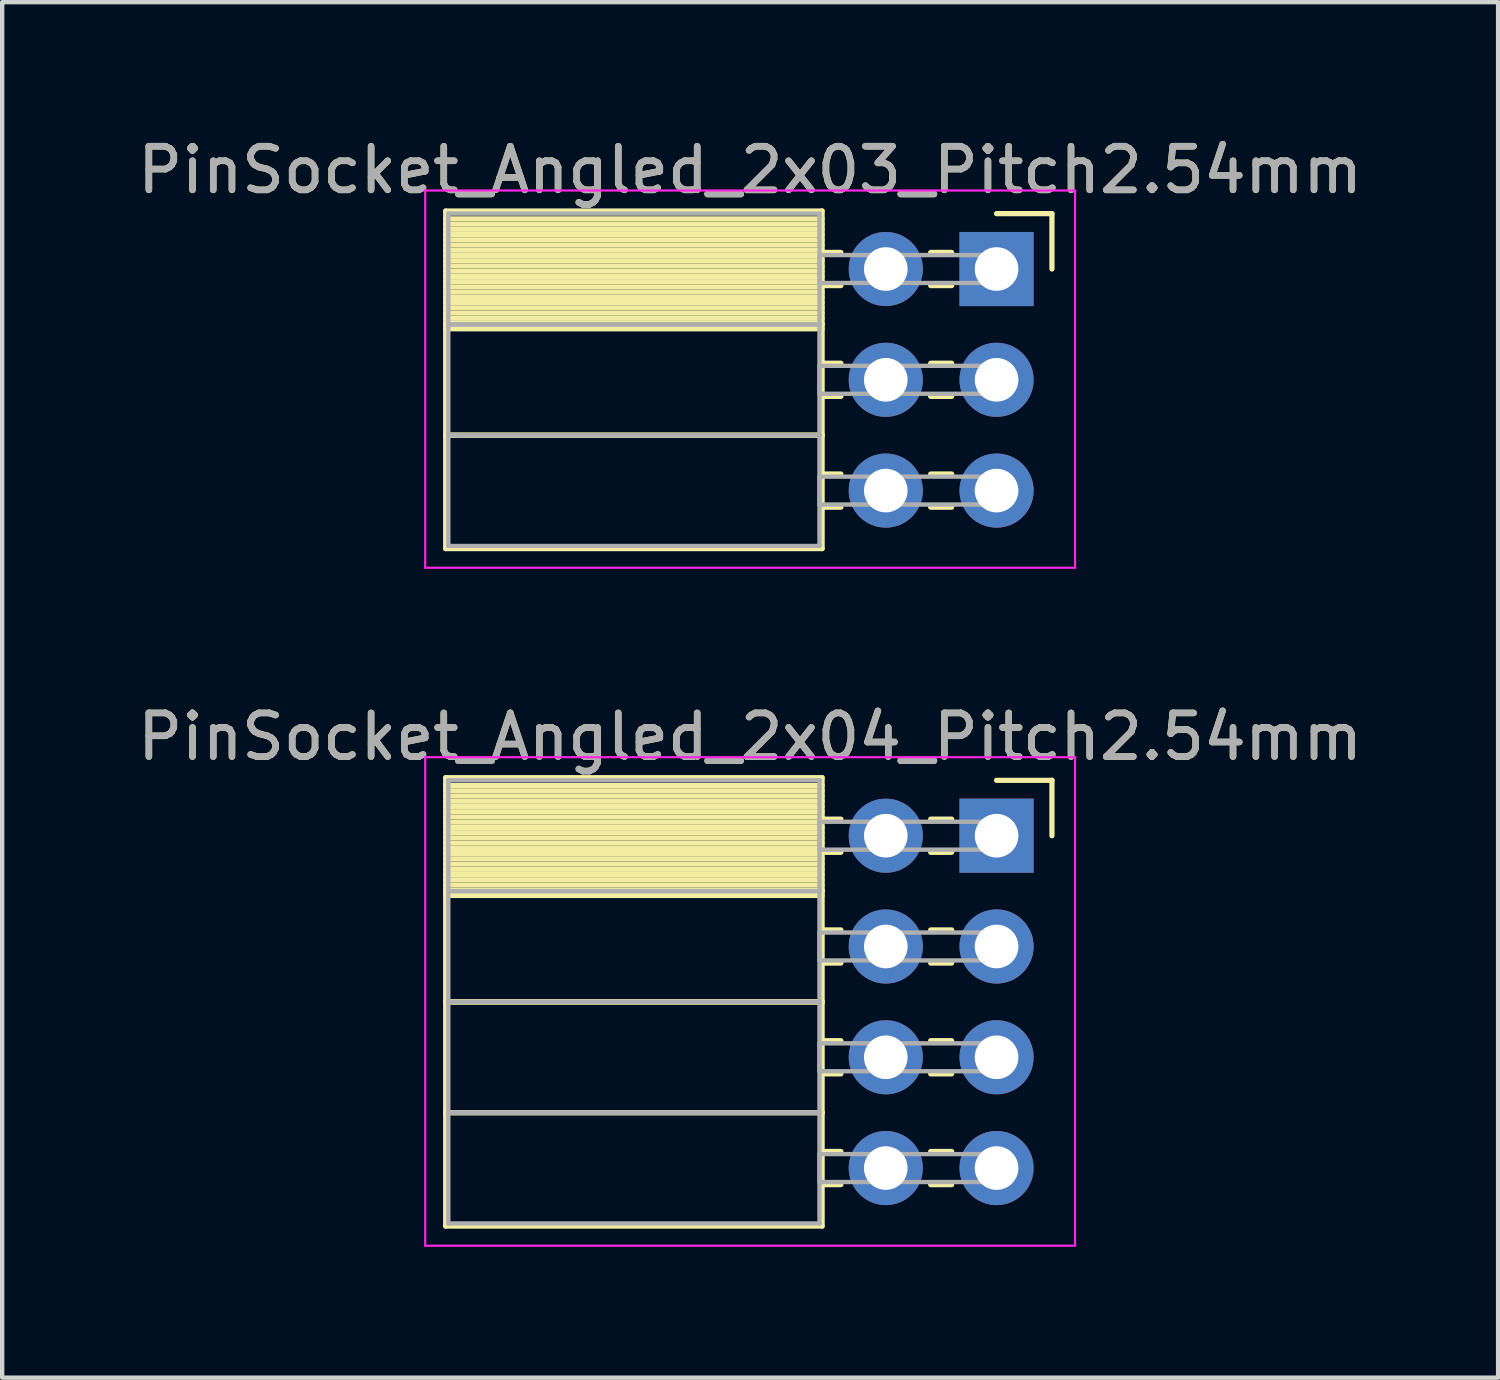
<source format=kicad_pcb>
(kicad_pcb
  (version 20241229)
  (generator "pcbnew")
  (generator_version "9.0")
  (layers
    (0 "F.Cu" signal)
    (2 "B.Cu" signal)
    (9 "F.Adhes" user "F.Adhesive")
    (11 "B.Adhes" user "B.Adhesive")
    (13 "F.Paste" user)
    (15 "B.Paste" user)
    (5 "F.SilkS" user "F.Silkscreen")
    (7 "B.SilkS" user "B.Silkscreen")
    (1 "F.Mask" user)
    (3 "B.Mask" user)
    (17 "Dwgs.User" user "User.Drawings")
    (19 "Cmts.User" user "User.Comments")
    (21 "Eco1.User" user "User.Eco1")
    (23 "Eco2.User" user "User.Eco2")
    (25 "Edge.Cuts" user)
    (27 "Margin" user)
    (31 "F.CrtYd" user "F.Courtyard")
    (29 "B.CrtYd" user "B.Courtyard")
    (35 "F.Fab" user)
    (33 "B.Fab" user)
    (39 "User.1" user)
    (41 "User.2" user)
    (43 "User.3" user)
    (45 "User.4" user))
  (footprint "PinSocket_Angled_2x03_Pitch2.54mm"
    (layer "F.Cu")
    (at 19.799 3.118)
    (property "Reference" "PinSocket_Angled_2x03_Pitch2.54mm" (at -5.65 -2.27 0) (layer "F.SilkS") (effects (font (size 1 1) (thickness 0.15))))
    (attr through_hole)
    (fp_line (start -12.63 -1.33) (end -4 -1.33) (stroke (width 0.12) (type solid)) (layer "F.SilkS"))
    (fp_line (start -12.63 1.27) (end -12.63 -1.33) (stroke (width 0.12) (type solid)) (layer "F.SilkS"))
    (fp_line (start -12.63 1.27) (end -4 1.27) (stroke (width 0.12) (type solid)) (layer "F.SilkS"))
    (fp_line (start -12.63 3.81) (end -12.63 1.27) (stroke (width 0.12) (type solid)) (layer "F.SilkS"))
    (fp_line (start -12.63 3.81) (end -4 3.81) (stroke (width 0.12) (type solid)) (layer "F.SilkS"))
    (fp_line (start -12.63 6.41) (end -12.63 3.81) (stroke (width 0.12) (type solid)) (layer "F.SilkS"))
    (fp_line (start -4 -1.33) (end -4 1.27) (stroke (width 0.12) (type solid)) (layer "F.SilkS"))
    (fp_line (start -4 -1.15) (end -12.63 -1.15) (stroke (width 0.12) (type solid)) (layer "F.SilkS"))
    (fp_line (start -4 -1.03) (end -12.63 -1.03) (stroke (width 0.12) (type solid)) (layer "F.SilkS"))
    (fp_line (start -4 -0.91) (end -12.63 -0.91) (stroke (width 0.12) (type solid)) (layer "F.SilkS"))
    (fp_line (start -4 -0.79) (end -12.63 -0.79) (stroke (width 0.12) (type solid)) (layer "F.SilkS"))
    (fp_line (start -4 -0.67) (end -12.63 -0.67) (stroke (width 0.12) (type solid)) (layer "F.SilkS"))
    (fp_line (start -4 -0.55) (end -12.63 -0.55) (stroke (width 0.12) (type solid)) (layer "F.SilkS"))
    (fp_line (start -4 -0.43) (end -12.63 -0.43) (stroke (width 0.12) (type solid)) (layer "F.SilkS"))
    (fp_line (start -4 -0.31) (end -12.63 -0.31) (stroke (width 0.12) (type solid)) (layer "F.SilkS"))
    (fp_line (start -4 -0.19) (end -12.63 -0.19) (stroke (width 0.12) (type solid)) (layer "F.SilkS"))
    (fp_line (start -4 -0.07) (end -12.63 -0.07) (stroke (width 0.12) (type solid)) (layer "F.SilkS"))
    (fp_line (start -4 0.05) (end -12.63 0.05) (stroke (width 0.12) (type solid)) (layer "F.SilkS"))
    (fp_line (start -4 0.17) (end -12.63 0.17) (stroke (width 0.12) (type solid)) (layer "F.SilkS"))
    (fp_line (start -4 0.29) (end -12.63 0.29) (stroke (width 0.12) (type solid)) (layer "F.SilkS"))
    (fp_line (start -4 0.41) (end -12.63 0.41) (stroke (width 0.12) (type solid)) (layer "F.SilkS"))
    (fp_line (start -4 0.53) (end -12.63 0.53) (stroke (width 0.12) (type solid)) (layer "F.SilkS"))
    (fp_line (start -4 0.65) (end -12.63 0.65) (stroke (width 0.12) (type solid)) (layer "F.SilkS"))
    (fp_line (start -4 0.77) (end -12.63 0.77) (stroke (width 0.12) (type solid)) (layer "F.SilkS"))
    (fp_line (start -4 0.89) (end -12.63 0.89) (stroke (width 0.12) (type solid)) (layer "F.SilkS"))
    (fp_line (start -4 1.01) (end -12.63 1.01) (stroke (width 0.12) (type solid)) (layer "F.SilkS"))
    (fp_line (start -4 1.13) (end -12.63 1.13) (stroke (width 0.12) (type solid)) (layer "F.SilkS"))
    (fp_line (start -4 1.25) (end -12.63 1.25) (stroke (width 0.12) (type solid)) (layer "F.SilkS"))
    (fp_line (start -4 1.27) (end -12.63 1.27) (stroke (width 0.12) (type solid)) (layer "F.SilkS"))
    (fp_line (start -4 1.27) (end -4 3.81) (stroke (width 0.12) (type solid)) (layer "F.SilkS"))
    (fp_line (start -4 1.37) (end -12.63 1.37) (stroke (width 0.12) (type solid)) (layer "F.SilkS"))
    (fp_line (start -4 3.81) (end -12.63 3.81) (stroke (width 0.12) (type solid)) (layer "F.SilkS"))
    (fp_line (start -4 3.81) (end -4 6.41) (stroke (width 0.12) (type solid)) (layer "F.SilkS"))
    (fp_line (start -4 6.41) (end -12.63 6.41) (stroke (width 0.12) (type solid)) (layer "F.SilkS"))
    (fp_line (start -3.57 -0.38) (end -4 -0.38) (stroke (width 0.12) (type solid)) (layer "F.SilkS"))
    (fp_line (start -3.57 0.38) (end -4 0.38) (stroke (width 0.12) (type solid)) (layer "F.SilkS"))
    (fp_line (start -3.57 2.16) (end -4 2.16) (stroke (width 0.12) (type solid)) (layer "F.SilkS"))
    (fp_line (start -3.57 2.92) (end -4 2.92) (stroke (width 0.12) (type solid)) (layer "F.SilkS"))
    (fp_line (start -3.57 4.7) (end -4 4.7) (stroke (width 0.12) (type solid)) (layer "F.SilkS"))
    (fp_line (start -3.57 5.46) (end -4 5.46) (stroke (width 0.12) (type solid)) (layer "F.SilkS"))
    (fp_line (start -1.03 -0.38) (end -1.51 -0.38) (stroke (width 0.12) (type solid)) (layer "F.SilkS"))
    (fp_line (start -1.03 0.38) (end -1.51 0.38) (stroke (width 0.12) (type solid)) (layer "F.SilkS"))
    (fp_line (start -1.03 2.16) (end -1.51 2.16) (stroke (width 0.12) (type solid)) (layer "F.SilkS"))
    (fp_line (start -1.03 2.92) (end -1.51 2.92) (stroke (width 0.12) (type solid)) (layer "F.SilkS"))
    (fp_line (start -1.03 4.7) (end -1.51 4.7) (stroke (width 0.12) (type solid)) (layer "F.SilkS"))
    (fp_line (start -1.03 5.46) (end -1.51 5.46) (stroke (width 0.12) (type solid)) (layer "F.SilkS"))
    (fp_line (start 0 -1.27) (end 1.27 -1.27) (stroke (width 0.12) (type solid)) (layer "F.SilkS"))
    (fp_line (start 1.27 -1.27) (end 1.27 0) (stroke (width 0.12) (type solid)) (layer "F.SilkS"))
    (fp_line (start -13.1 -1.8) (end 1.8 -1.8) (stroke (width 0.05) (type solid)) (layer "F.CrtYd"))
    (fp_line (start -13.1 6.85) (end -13.1 -1.8) (stroke (width 0.05) (type solid)) (layer "F.CrtYd"))
    (fp_line (start 1.8 -1.8) (end 1.8 6.85) (stroke (width 0.05) (type solid)) (layer "F.CrtYd"))
    (fp_line (start 1.8 6.85) (end -13.1 6.85) (stroke (width 0.05) (type solid)) (layer "F.CrtYd"))
    (fp_line (start -12.57 -1.27) (end -4.06 -1.27) (stroke (width 0.1) (type solid)) (layer "F.Fab"))
    (fp_line (start -12.57 1.27) (end -12.57 -1.27) (stroke (width 0.1) (type solid)) (layer "F.Fab"))
    (fp_line (start -12.57 1.27) (end -4.06 1.27) (stroke (width 0.1) (type solid)) (layer "F.Fab"))
    (fp_line (start -12.57 3.81) (end -12.57 1.27) (stroke (width 0.1) (type solid)) (layer "F.Fab"))
    (fp_line (start -12.57 3.81) (end -4.06 3.81) (stroke (width 0.1) (type solid)) (layer "F.Fab"))
    (fp_line (start -12.57 6.35) (end -12.57 3.81) (stroke (width 0.1) (type solid)) (layer "F.Fab"))
    (fp_line (start -4.06 -1.27) (end -4.06 1.27) (stroke (width 0.1) (type solid)) (layer "F.Fab"))
    (fp_line (start -4.06 -0.32) (end 0 -0.32) (stroke (width 0.1) (type solid)) (layer "F.Fab"))
    (fp_line (start -4.06 0.32) (end -4.06 -0.32) (stroke (width 0.1) (type solid)) (layer "F.Fab"))
    (fp_line (start -4.06 1.27) (end -12.57 1.27) (stroke (width 0.1) (type solid)) (layer "F.Fab"))
    (fp_line (start -4.06 1.27) (end -4.06 3.81) (stroke (width 0.1) (type solid)) (layer "F.Fab"))
    (fp_line (start -4.06 2.22) (end 0 2.22) (stroke (width 0.1) (type solid)) (layer "F.Fab"))
    (fp_line (start -4.06 2.86) (end -4.06 2.22) (stroke (width 0.1) (type solid)) (layer "F.Fab"))
    (fp_line (start -4.06 3.81) (end -12.57 3.81) (stroke (width 0.1) (type solid)) (layer "F.Fab"))
    (fp_line (start -4.06 3.81) (end -4.06 6.35) (stroke (width 0.1) (type solid)) (layer "F.Fab"))
    (fp_line (start -4.06 4.76) (end 0 4.76) (stroke (width 0.1) (type solid)) (layer "F.Fab"))
    (fp_line (start -4.06 5.4) (end -4.06 4.76) (stroke (width 0.1) (type solid)) (layer "F.Fab"))
    (fp_line (start -4.06 6.35) (end -12.57 6.35) (stroke (width 0.1) (type solid)) (layer "F.Fab"))
    (fp_line (start 0 -0.32) (end 0 0.32) (stroke (width 0.1) (type solid)) (layer "F.Fab"))
    (fp_line (start 0 0.32) (end -4.06 0.32) (stroke (width 0.1) (type solid)) (layer "F.Fab"))
    (fp_line (start 0 2.22) (end 0 2.86) (stroke (width 0.1) (type solid)) (layer "F.Fab"))
    (fp_line (start 0 2.86) (end -4.06 2.86) (stroke (width 0.1) (type solid)) (layer "F.Fab"))
    (fp_line (start 0 4.76) (end 0 5.4) (stroke (width 0.1) (type solid)) (layer "F.Fab"))
    (fp_line (start 0 5.4) (end -4.06 5.4) (stroke (width 0.1) (type solid)) (layer "F.Fab"))
    (fp_text user "${REFERENCE}" (at -5.65 -2.27 0) (layer "F.Fab") (effects (font (size 1 1) (thickness 0.15))))
    (pad "1" thru_hole rect (at 0 0) (size 1.7 1.7) (drill 1) (layers "*.Cu" "*.Mask"))
    (pad "2" thru_hole oval (at -2.54 0) (size 1.7 1.7) (drill 1) (layers "*.Cu" "*.Mask"))
    (pad "3" thru_hole oval (at 0 2.54) (size 1.7 1.7) (drill 1) (layers "*.Cu" "*.Mask"))
    (pad "4" thru_hole oval (at -2.54 2.54) (size 1.7 1.7) (drill 1) (layers "*.Cu" "*.Mask"))
    (pad "5" thru_hole oval (at 0 5.08) (size 1.7 1.7) (drill 1) (layers "*.Cu" "*.Mask"))
    (pad "6" thru_hole oval (at -2.54 5.08) (size 1.7 1.7) (drill 1) (layers "*.Cu" "*.Mask")))
  (footprint "PinSocket_Angled_2x04_Pitch2.54mm"
    (layer "F.Cu")
    (at 19.799 16.111)
    (property "Reference" "PinSocket_Angled_2x04_Pitch2.54mm" (at -5.65 -2.27 0) (layer "F.SilkS") (effects (font (size 1 1) (thickness 0.15))))
    (attr through_hole)
    (fp_line (start -12.63 -1.33) (end -4 -1.33) (stroke (width 0.12) (type solid)) (layer "F.SilkS"))
    (fp_line (start -12.63 1.27) (end -12.63 -1.33) (stroke (width 0.12) (type solid)) (layer "F.SilkS"))
    (fp_line (start -12.63 1.27) (end -4 1.27) (stroke (width 0.12) (type solid)) (layer "F.SilkS"))
    (fp_line (start -12.63 3.81) (end -12.63 1.27) (stroke (width 0.12) (type solid)) (layer "F.SilkS"))
    (fp_line (start -12.63 3.81) (end -4 3.81) (stroke (width 0.12) (type solid)) (layer "F.SilkS"))
    (fp_line (start -12.63 6.35) (end -12.63 3.81) (stroke (width 0.12) (type solid)) (layer "F.SilkS"))
    (fp_line (start -12.63 6.35) (end -4 6.35) (stroke (width 0.12) (type solid)) (layer "F.SilkS"))
    (fp_line (start -12.63 8.95) (end -12.63 6.35) (stroke (width 0.12) (type solid)) (layer "F.SilkS"))
    (fp_line (start -4 -1.33) (end -4 1.27) (stroke (width 0.12) (type solid)) (layer "F.SilkS"))
    (fp_line (start -4 -1.15) (end -12.63 -1.15) (stroke (width 0.12) (type solid)) (layer "F.SilkS"))
    (fp_line (start -4 -1.03) (end -12.63 -1.03) (stroke (width 0.12) (type solid)) (layer "F.SilkS"))
    (fp_line (start -4 -0.91) (end -12.63 -0.91) (stroke (width 0.12) (type solid)) (layer "F.SilkS"))
    (fp_line (start -4 -0.79) (end -12.63 -0.79) (stroke (width 0.12) (type solid)) (layer "F.SilkS"))
    (fp_line (start -4 -0.67) (end -12.63 -0.67) (stroke (width 0.12) (type solid)) (layer "F.SilkS"))
    (fp_line (start -4 -0.55) (end -12.63 -0.55) (stroke (width 0.12) (type solid)) (layer "F.SilkS"))
    (fp_line (start -4 -0.43) (end -12.63 -0.43) (stroke (width 0.12) (type solid)) (layer "F.SilkS"))
    (fp_line (start -4 -0.31) (end -12.63 -0.31) (stroke (width 0.12) (type solid)) (layer "F.SilkS"))
    (fp_line (start -4 -0.19) (end -12.63 -0.19) (stroke (width 0.12) (type solid)) (layer "F.SilkS"))
    (fp_line (start -4 -0.07) (end -12.63 -0.07) (stroke (width 0.12) (type solid)) (layer "F.SilkS"))
    (fp_line (start -4 0.05) (end -12.63 0.05) (stroke (width 0.12) (type solid)) (layer "F.SilkS"))
    (fp_line (start -4 0.17) (end -12.63 0.17) (stroke (width 0.12) (type solid)) (layer "F.SilkS"))
    (fp_line (start -4 0.29) (end -12.63 0.29) (stroke (width 0.12) (type solid)) (layer "F.SilkS"))
    (fp_line (start -4 0.41) (end -12.63 0.41) (stroke (width 0.12) (type solid)) (layer "F.SilkS"))
    (fp_line (start -4 0.53) (end -12.63 0.53) (stroke (width 0.12) (type solid)) (layer "F.SilkS"))
    (fp_line (start -4 0.65) (end -12.63 0.65) (stroke (width 0.12) (type solid)) (layer "F.SilkS"))
    (fp_line (start -4 0.77) (end -12.63 0.77) (stroke (width 0.12) (type solid)) (layer "F.SilkS"))
    (fp_line (start -4 0.89) (end -12.63 0.89) (stroke (width 0.12) (type solid)) (layer "F.SilkS"))
    (fp_line (start -4 1.01) (end -12.63 1.01) (stroke (width 0.12) (type solid)) (layer "F.SilkS"))
    (fp_line (start -4 1.13) (end -12.63 1.13) (stroke (width 0.12) (type solid)) (layer "F.SilkS"))
    (fp_line (start -4 1.25) (end -12.63 1.25) (stroke (width 0.12) (type solid)) (layer "F.SilkS"))
    (fp_line (start -4 1.27) (end -12.63 1.27) (stroke (width 0.12) (type solid)) (layer "F.SilkS"))
    (fp_line (start -4 1.27) (end -4 3.81) (stroke (width 0.12) (type solid)) (layer "F.SilkS"))
    (fp_line (start -4 1.37) (end -12.63 1.37) (stroke (width 0.12) (type solid)) (layer "F.SilkS"))
    (fp_line (start -4 3.81) (end -12.63 3.81) (stroke (width 0.12) (type solid)) (layer "F.SilkS"))
    (fp_line (start -4 3.81) (end -4 6.35) (stroke (width 0.12) (type solid)) (layer "F.SilkS"))
    (fp_line (start -4 6.35) (end -12.63 6.35) (stroke (width 0.12) (type solid)) (layer "F.SilkS"))
    (fp_line (start -4 6.35) (end -4 8.95) (stroke (width 0.12) (type solid)) (layer "F.SilkS"))
    (fp_line (start -4 8.95) (end -12.63 8.95) (stroke (width 0.12) (type solid)) (layer "F.SilkS"))
    (fp_line (start -3.57 -0.38) (end -4 -0.38) (stroke (width 0.12) (type solid)) (layer "F.SilkS"))
    (fp_line (start -3.57 0.38) (end -4 0.38) (stroke (width 0.12) (type solid)) (layer "F.SilkS"))
    (fp_line (start -3.57 2.16) (end -4 2.16) (stroke (width 0.12) (type solid)) (layer "F.SilkS"))
    (fp_line (start -3.57 2.92) (end -4 2.92) (stroke (width 0.12) (type solid)) (layer "F.SilkS"))
    (fp_line (start -3.57 4.7) (end -4 4.7) (stroke (width 0.12) (type solid)) (layer "F.SilkS"))
    (fp_line (start -3.57 5.46) (end -4 5.46) (stroke (width 0.12) (type solid)) (layer "F.SilkS"))
    (fp_line (start -3.57 7.24) (end -4 7.24) (stroke (width 0.12) (type solid)) (layer "F.SilkS"))
    (fp_line (start -3.57 8) (end -4 8) (stroke (width 0.12) (type solid)) (layer "F.SilkS"))
    (fp_line (start -1.03 -0.38) (end -1.51 -0.38) (stroke (width 0.12) (type solid)) (layer "F.SilkS"))
    (fp_line (start -1.03 0.38) (end -1.51 0.38) (stroke (width 0.12) (type solid)) (layer "F.SilkS"))
    (fp_line (start -1.03 2.16) (end -1.51 2.16) (stroke (width 0.12) (type solid)) (layer "F.SilkS"))
    (fp_line (start -1.03 2.92) (end -1.51 2.92) (stroke (width 0.12) (type solid)) (layer "F.SilkS"))
    (fp_line (start -1.03 4.7) (end -1.51 4.7) (stroke (width 0.12) (type solid)) (layer "F.SilkS"))
    (fp_line (start -1.03 5.46) (end -1.51 5.46) (stroke (width 0.12) (type solid)) (layer "F.SilkS"))
    (fp_line (start -1.03 7.24) (end -1.51 7.24) (stroke (width 0.12) (type solid)) (layer "F.SilkS"))
    (fp_line (start -1.03 8) (end -1.51 8) (stroke (width 0.12) (type solid)) (layer "F.SilkS"))
    (fp_line (start 0 -1.27) (end 1.27 -1.27) (stroke (width 0.12) (type solid)) (layer "F.SilkS"))
    (fp_line (start 1.27 -1.27) (end 1.27 0) (stroke (width 0.12) (type solid)) (layer "F.SilkS"))
    (fp_line (start -13.1 -1.8) (end 1.8 -1.8) (stroke (width 0.05) (type solid)) (layer "F.CrtYd"))
    (fp_line (start -13.1 9.4) (end -13.1 -1.8) (stroke (width 0.05) (type solid)) (layer "F.CrtYd"))
    (fp_line (start 1.8 -1.8) (end 1.8 9.4) (stroke (width 0.05) (type solid)) (layer "F.CrtYd"))
    (fp_line (start 1.8 9.4) (end -13.1 9.4) (stroke (width 0.05) (type solid)) (layer "F.CrtYd"))
    (fp_line (start -12.57 -1.27) (end -4.06 -1.27) (stroke (width 0.1) (type solid)) (layer "F.Fab"))
    (fp_line (start -12.57 1.27) (end -12.57 -1.27) (stroke (width 0.1) (type solid)) (layer "F.Fab"))
    (fp_line (start -12.57 1.27) (end -4.06 1.27) (stroke (width 0.1) (type solid)) (layer "F.Fab"))
    (fp_line (start -12.57 3.81) (end -12.57 1.27) (stroke (width 0.1) (type solid)) (layer "F.Fab"))
    (fp_line (start -12.57 3.81) (end -4.06 3.81) (stroke (width 0.1) (type solid)) (layer "F.Fab"))
    (fp_line (start -12.57 6.35) (end -12.57 3.81) (stroke (width 0.1) (type solid)) (layer "F.Fab"))
    (fp_line (start -12.57 6.35) (end -4.06 6.35) (stroke (width 0.1) (type solid)) (layer "F.Fab"))
    (fp_line (start -12.57 8.89) (end -12.57 6.35) (stroke (width 0.1) (type solid)) (layer "F.Fab"))
    (fp_line (start -4.06 -1.27) (end -4.06 1.27) (stroke (width 0.1) (type solid)) (layer "F.Fab"))
    (fp_line (start -4.06 -0.32) (end 0 -0.32) (stroke (width 0.1) (type solid)) (layer "F.Fab"))
    (fp_line (start -4.06 0.32) (end -4.06 -0.32) (stroke (width 0.1) (type solid)) (layer "F.Fab"))
    (fp_line (start -4.06 1.27) (end -12.57 1.27) (stroke (width 0.1) (type solid)) (layer "F.Fab"))
    (fp_line (start -4.06 1.27) (end -4.06 3.81) (stroke (width 0.1) (type solid)) (layer "F.Fab"))
    (fp_line (start -4.06 2.22) (end 0 2.22) (stroke (width 0.1) (type solid)) (layer "F.Fab"))
    (fp_line (start -4.06 2.86) (end -4.06 2.22) (stroke (width 0.1) (type solid)) (layer "F.Fab"))
    (fp_line (start -4.06 3.81) (end -12.57 3.81) (stroke (width 0.1) (type solid)) (layer "F.Fab"))
    (fp_line (start -4.06 3.81) (end -4.06 6.35) (stroke (width 0.1) (type solid)) (layer "F.Fab"))
    (fp_line (start -4.06 4.76) (end 0 4.76) (stroke (width 0.1) (type solid)) (layer "F.Fab"))
    (fp_line (start -4.06 5.4) (end -4.06 4.76) (stroke (width 0.1) (type solid)) (layer "F.Fab"))
    (fp_line (start -4.06 6.35) (end -12.57 6.35) (stroke (width 0.1) (type solid)) (layer "F.Fab"))
    (fp_line (start -4.06 6.35) (end -4.06 8.89) (stroke (width 0.1) (type solid)) (layer "F.Fab"))
    (fp_line (start -4.06 7.3) (end 0 7.3) (stroke (width 0.1) (type solid)) (layer "F.Fab"))
    (fp_line (start -4.06 7.94) (end -4.06 7.3) (stroke (width 0.1) (type solid)) (layer "F.Fab"))
    (fp_line (start -4.06 8.89) (end -12.57 8.89) (stroke (width 0.1) (type solid)) (layer "F.Fab"))
    (fp_line (start 0 -0.32) (end 0 0.32) (stroke (width 0.1) (type solid)) (layer "F.Fab"))
    (fp_line (start 0 0.32) (end -4.06 0.32) (stroke (width 0.1) (type solid)) (layer "F.Fab"))
    (fp_line (start 0 2.22) (end 0 2.86) (stroke (width 0.1) (type solid)) (layer "F.Fab"))
    (fp_line (start 0 2.86) (end -4.06 2.86) (stroke (width 0.1) (type solid)) (layer "F.Fab"))
    (fp_line (start 0 4.76) (end 0 5.4) (stroke (width 0.1) (type solid)) (layer "F.Fab"))
    (fp_line (start 0 5.4) (end -4.06 5.4) (stroke (width 0.1) (type solid)) (layer "F.Fab"))
    (fp_line (start 0 7.3) (end 0 7.94) (stroke (width 0.1) (type solid)) (layer "F.Fab"))
    (fp_line (start 0 7.94) (end -4.06 7.94) (stroke (width 0.1) (type solid)) (layer "F.Fab"))
    (fp_text user "${REFERENCE}" (at -5.65 -2.27 0) (layer "F.Fab") (effects (font (size 1 1) (thickness 0.15))))
    (pad "1" thru_hole rect (at 0 0) (size 1.7 1.7) (drill 1) (layers "*.Cu" "*.Mask"))
    (pad "2" thru_hole oval (at -2.54 0) (size 1.7 1.7) (drill 1) (layers "*.Cu" "*.Mask"))
    (pad "3" thru_hole oval (at 0 2.54) (size 1.7 1.7) (drill 1) (layers "*.Cu" "*.Mask"))
    (pad "4" thru_hole oval (at -2.54 2.54) (size 1.7 1.7) (drill 1) (layers "*.Cu" "*.Mask"))
    (pad "5" thru_hole oval (at 0 5.08) (size 1.7 1.7) (drill 1) (layers "*.Cu" "*.Mask"))
    (pad "6" thru_hole oval (at -2.54 5.08) (size 1.7 1.7) (drill 1) (layers "*.Cu" "*.Mask"))
    (pad "7" thru_hole oval (at 0 7.62) (size 1.7 1.7) (drill 1) (layers "*.Cu" "*.Mask"))
    (pad "8" thru_hole oval (at -2.54 7.62) (size 1.7 1.7) (drill 1) (layers "*.Cu" "*.Mask")))
  (gr_rect
    (start -3 -3)
    (end 31.298 28.537)
    (stroke (width 0.1) (type default))
    (fill no)
    (layer "Edge.Cuts")))
</source>
